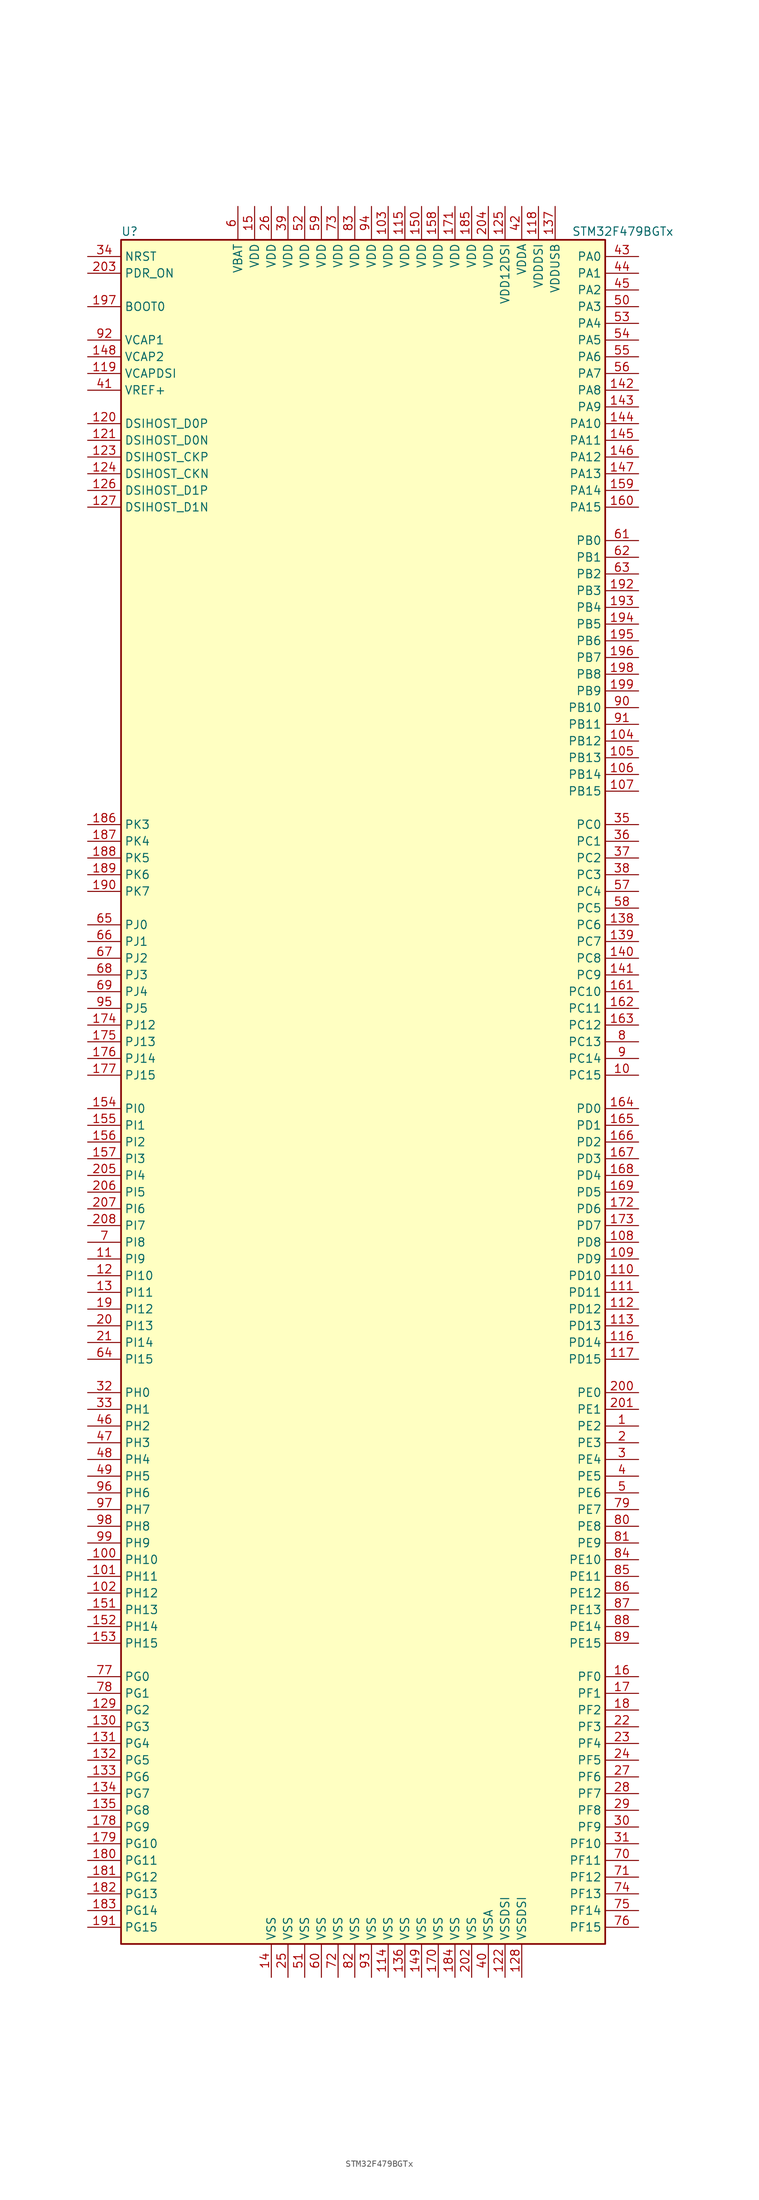
<source format=kicad_sym>
(kicad_symbol_lib
  (version 20201005)
  (generator kicad_symbol_editor)
  (symbol "MCU_ST_STM32F4:STM32F479BGTx"
    (property "Reference" "U"
      (at -38.1 130.81 0)
      (effects (font (size 1.27 1.27)) (justify left)))
    (property "Value" "STM32F479BGTx"
      (at 30.48 130.81 0)
      (effects (font (size 1.27 1.27)) (justify left)))
    (symbol "STM32F479BGTx_0_1"
      (rectangle (start -38.1 -129.54) (end 35.56 129.54) (stroke (width 0.254)) (fill (type background))))
    (symbol "STM32F479BGTx_1_1"
      (pin input line (at -43.18 119.38 0) (length 5.08) (name "BOOT0" (effects (font (size 1.27 1.27)))) (number "197" (effects (font (size 1.27 1.27)))))
      (pin bidirectional line (at -43.18 93.98 0) (length 5.08) (name "DSIHOST_CKN" (effects (font (size 1.27 1.27)))) (number "124" (effects (font (size 1.27 1.27)))))
      (pin bidirectional line (at -43.18 96.52 0) (length 5.08) (name "DSIHOST_CKP" (effects (font (size 1.27 1.27)))) (number "123" (effects (font (size 1.27 1.27)))))
      (pin bidirectional line (at -43.18 99.06 0) (length 5.08) (name "DSIHOST_D0N" (effects (font (size 1.27 1.27)))) (number "121" (effects (font (size 1.27 1.27)))))
      (pin bidirectional line (at -43.18 101.6 0) (length 5.08) (name "DSIHOST_D0P" (effects (font (size 1.27 1.27)))) (number "120" (effects (font (size 1.27 1.27)))))
      (pin bidirectional line (at -43.18 88.9 0) (length 5.08) (name "DSIHOST_D1N" (effects (font (size 1.27 1.27)))) (number "127" (effects (font (size 1.27 1.27)))))
      (pin bidirectional line (at -43.18 91.44 0) (length 5.08) (name "DSIHOST_D1P" (effects (font (size 1.27 1.27)))) (number "126" (effects (font (size 1.27 1.27)))))
      (pin input line (at -43.18 127 0) (length 5.08) (name "NRST" (effects (font (size 1.27 1.27)))) (number "34" (effects (font (size 1.27 1.27)))))
      (pin bidirectional line (at 40.64 127 180) (length 5.08) (name "PA0" (effects (font (size 1.27 1.27)))) (number "43" (effects (font (size 1.27 1.27)))))
      (pin bidirectional line (at 40.64 124.46 180) (length 5.08) (name "PA1" (effects (font (size 1.27 1.27)))) (number "44" (effects (font (size 1.27 1.27)))))
      (pin bidirectional line (at 40.64 101.6 180) (length 5.08) (name "PA10" (effects (font (size 1.27 1.27)))) (number "144" (effects (font (size 1.27 1.27)))))
      (pin bidirectional line (at 40.64 99.06 180) (length 5.08) (name "PA11" (effects (font (size 1.27 1.27)))) (number "145" (effects (font (size 1.27 1.27)))))
      (pin bidirectional line (at 40.64 96.52 180) (length 5.08) (name "PA12" (effects (font (size 1.27 1.27)))) (number "146" (effects (font (size 1.27 1.27)))))
      (pin bidirectional line (at 40.64 93.98 180) (length 5.08) (name "PA13" (effects (font (size 1.27 1.27)))) (number "147" (effects (font (size 1.27 1.27)))))
      (pin bidirectional line (at 40.64 91.44 180) (length 5.08) (name "PA14" (effects (font (size 1.27 1.27)))) (number "159" (effects (font (size 1.27 1.27)))))
      (pin bidirectional line (at 40.64 88.9 180) (length 5.08) (name "PA15" (effects (font (size 1.27 1.27)))) (number "160" (effects (font (size 1.27 1.27)))))
      (pin bidirectional line (at 40.64 121.92 180) (length 5.08) (name "PA2" (effects (font (size 1.27 1.27)))) (number "45" (effects (font (size 1.27 1.27)))))
      (pin bidirectional line (at 40.64 119.38 180) (length 5.08) (name "PA3" (effects (font (size 1.27 1.27)))) (number "50" (effects (font (size 1.27 1.27)))))
      (pin bidirectional line (at 40.64 116.84 180) (length 5.08) (name "PA4" (effects (font (size 1.27 1.27)))) (number "53" (effects (font (size 1.27 1.27)))))
      (pin bidirectional line (at 40.64 114.3 180) (length 5.08) (name "PA5" (effects (font (size 1.27 1.27)))) (number "54" (effects (font (size 1.27 1.27)))))
      (pin bidirectional line (at 40.64 111.76 180) (length 5.08) (name "PA6" (effects (font (size 1.27 1.27)))) (number "55" (effects (font (size 1.27 1.27)))))
      (pin bidirectional line (at 40.64 109.22 180) (length 5.08) (name "PA7" (effects (font (size 1.27 1.27)))) (number "56" (effects (font (size 1.27 1.27)))))
      (pin bidirectional line (at 40.64 106.68 180) (length 5.08) (name "PA8" (effects (font (size 1.27 1.27)))) (number "142" (effects (font (size 1.27 1.27)))))
      (pin bidirectional line (at 40.64 104.14 180) (length 5.08) (name "PA9" (effects (font (size 1.27 1.27)))) (number "143" (effects (font (size 1.27 1.27)))))
      (pin bidirectional line (at 40.64 83.82 180) (length 5.08) (name "PB0" (effects (font (size 1.27 1.27)))) (number "61" (effects (font (size 1.27 1.27)))))
      (pin bidirectional line (at 40.64 81.28 180) (length 5.08) (name "PB1" (effects (font (size 1.27 1.27)))) (number "62" (effects (font (size 1.27 1.27)))))
      (pin bidirectional line (at 40.64 58.42 180) (length 5.08) (name "PB10" (effects (font (size 1.27 1.27)))) (number "90" (effects (font (size 1.27 1.27)))))
      (pin bidirectional line (at 40.64 55.88 180) (length 5.08) (name "PB11" (effects (font (size 1.27 1.27)))) (number "91" (effects (font (size 1.27 1.27)))))
      (pin bidirectional line (at 40.64 53.34 180) (length 5.08) (name "PB12" (effects (font (size 1.27 1.27)))) (number "104" (effects (font (size 1.27 1.27)))))
      (pin bidirectional line (at 40.64 50.8 180) (length 5.08) (name "PB13" (effects (font (size 1.27 1.27)))) (number "105" (effects (font (size 1.27 1.27)))))
      (pin bidirectional line (at 40.64 48.26 180) (length 5.08) (name "PB14" (effects (font (size 1.27 1.27)))) (number "106" (effects (font (size 1.27 1.27)))))
      (pin bidirectional line (at 40.64 45.72 180) (length 5.08) (name "PB15" (effects (font (size 1.27 1.27)))) (number "107" (effects (font (size 1.27 1.27)))))
      (pin bidirectional line (at 40.64 78.74 180) (length 5.08) (name "PB2" (effects (font (size 1.27 1.27)))) (number "63" (effects (font (size 1.27 1.27)))))
      (pin bidirectional line (at 40.64 76.2 180) (length 5.08) (name "PB3" (effects (font (size 1.27 1.27)))) (number "192" (effects (font (size 1.27 1.27)))))
      (pin bidirectional line (at 40.64 73.66 180) (length 5.08) (name "PB4" (effects (font (size 1.27 1.27)))) (number "193" (effects (font (size 1.27 1.27)))))
      (pin bidirectional line (at 40.64 71.12 180) (length 5.08) (name "PB5" (effects (font (size 1.27 1.27)))) (number "194" (effects (font (size 1.27 1.27)))))
      (pin bidirectional line (at 40.64 68.58 180) (length 5.08) (name "PB6" (effects (font (size 1.27 1.27)))) (number "195" (effects (font (size 1.27 1.27)))))
      (pin bidirectional line (at 40.64 66.04 180) (length 5.08) (name "PB7" (effects (font (size 1.27 1.27)))) (number "196" (effects (font (size 1.27 1.27)))))
      (pin bidirectional line (at 40.64 63.5 180) (length 5.08) (name "PB8" (effects (font (size 1.27 1.27)))) (number "198" (effects (font (size 1.27 1.27)))))
      (pin bidirectional line (at 40.64 60.96 180) (length 5.08) (name "PB9" (effects (font (size 1.27 1.27)))) (number "199" (effects (font (size 1.27 1.27)))))
      (pin bidirectional line (at 40.64 40.64 180) (length 5.08) (name "PC0" (effects (font (size 1.27 1.27)))) (number "35" (effects (font (size 1.27 1.27)))))
      (pin bidirectional line (at 40.64 38.1 180) (length 5.08) (name "PC1" (effects (font (size 1.27 1.27)))) (number "36" (effects (font (size 1.27 1.27)))))
      (pin bidirectional line (at 40.64 15.24 180) (length 5.08) (name "PC10" (effects (font (size 1.27 1.27)))) (number "161" (effects (font (size 1.27 1.27)))))
      (pin bidirectional line (at 40.64 12.7 180) (length 5.08) (name "PC11" (effects (font (size 1.27 1.27)))) (number "162" (effects (font (size 1.27 1.27)))))
      (pin bidirectional line (at 40.64 10.16 180) (length 5.08) (name "PC12" (effects (font (size 1.27 1.27)))) (number "163" (effects (font (size 1.27 1.27)))))
      (pin bidirectional line (at 40.64 7.62 180) (length 5.08) (name "PC13" (effects (font (size 1.27 1.27)))) (number "8" (effects (font (size 1.27 1.27)))))
      (pin bidirectional line (at 40.64 5.08 180) (length 5.08) (name "PC14" (effects (font (size 1.27 1.27)))) (number "9" (effects (font (size 1.27 1.27)))))
      (pin bidirectional line (at 40.64 2.54 180) (length 5.08) (name "PC15" (effects (font (size 1.27 1.27)))) (number "10" (effects (font (size 1.27 1.27)))))
      (pin bidirectional line (at 40.64 35.56 180) (length 5.08) (name "PC2" (effects (font (size 1.27 1.27)))) (number "37" (effects (font (size 1.27 1.27)))))
      (pin bidirectional line (at 40.64 33.02 180) (length 5.08) (name "PC3" (effects (font (size 1.27 1.27)))) (number "38" (effects (font (size 1.27 1.27)))))
      (pin bidirectional line (at 40.64 30.48 180) (length 5.08) (name "PC4" (effects (font (size 1.27 1.27)))) (number "57" (effects (font (size 1.27 1.27)))))
      (pin bidirectional line (at 40.64 27.94 180) (length 5.08) (name "PC5" (effects (font (size 1.27 1.27)))) (number "58" (effects (font (size 1.27 1.27)))))
      (pin bidirectional line (at 40.64 25.4 180) (length 5.08) (name "PC6" (effects (font (size 1.27 1.27)))) (number "138" (effects (font (size 1.27 1.27)))))
      (pin bidirectional line (at 40.64 22.86 180) (length 5.08) (name "PC7" (effects (font (size 1.27 1.27)))) (number "139" (effects (font (size 1.27 1.27)))))
      (pin bidirectional line (at 40.64 20.32 180) (length 5.08) (name "PC8" (effects (font (size 1.27 1.27)))) (number "140" (effects (font (size 1.27 1.27)))))
      (pin bidirectional line (at 40.64 17.78 180) (length 5.08) (name "PC9" (effects (font (size 1.27 1.27)))) (number "141" (effects (font (size 1.27 1.27)))))
      (pin bidirectional line (at 40.64 -2.54 180) (length 5.08) (name "PD0" (effects (font (size 1.27 1.27)))) (number "164" (effects (font (size 1.27 1.27)))))
      (pin bidirectional line (at 40.64 -5.08 180) (length 5.08) (name "PD1" (effects (font (size 1.27 1.27)))) (number "165" (effects (font (size 1.27 1.27)))))
      (pin bidirectional line (at 40.64 -27.94 180) (length 5.08) (name "PD10" (effects (font (size 1.27 1.27)))) (number "110" (effects (font (size 1.27 1.27)))))
      (pin bidirectional line (at 40.64 -30.48 180) (length 5.08) (name "PD11" (effects (font (size 1.27 1.27)))) (number "111" (effects (font (size 1.27 1.27)))))
      (pin bidirectional line (at 40.64 -33.02 180) (length 5.08) (name "PD12" (effects (font (size 1.27 1.27)))) (number "112" (effects (font (size 1.27 1.27)))))
      (pin bidirectional line (at 40.64 -35.56 180) (length 5.08) (name "PD13" (effects (font (size 1.27 1.27)))) (number "113" (effects (font (size 1.27 1.27)))))
      (pin bidirectional line (at 40.64 -38.1 180) (length 5.08) (name "PD14" (effects (font (size 1.27 1.27)))) (number "116" (effects (font (size 1.27 1.27)))))
      (pin bidirectional line (at 40.64 -40.64 180) (length 5.08) (name "PD15" (effects (font (size 1.27 1.27)))) (number "117" (effects (font (size 1.27 1.27)))))
      (pin bidirectional line (at 40.64 -7.62 180) (length 5.08) (name "PD2" (effects (font (size 1.27 1.27)))) (number "166" (effects (font (size 1.27 1.27)))))
      (pin bidirectional line (at 40.64 -10.16 180) (length 5.08) (name "PD3" (effects (font (size 1.27 1.27)))) (number "167" (effects (font (size 1.27 1.27)))))
      (pin bidirectional line (at 40.64 -12.7 180) (length 5.08) (name "PD4" (effects (font (size 1.27 1.27)))) (number "168" (effects (font (size 1.27 1.27)))))
      (pin bidirectional line (at 40.64 -15.24 180) (length 5.08) (name "PD5" (effects (font (size 1.27 1.27)))) (number "169" (effects (font (size 1.27 1.27)))))
      (pin bidirectional line (at 40.64 -17.78 180) (length 5.08) (name "PD6" (effects (font (size 1.27 1.27)))) (number "172" (effects (font (size 1.27 1.27)))))
      (pin bidirectional line (at 40.64 -20.32 180) (length 5.08) (name "PD7" (effects (font (size 1.27 1.27)))) (number "173" (effects (font (size 1.27 1.27)))))
      (pin bidirectional line (at 40.64 -22.86 180) (length 5.08) (name "PD8" (effects (font (size 1.27 1.27)))) (number "108" (effects (font (size 1.27 1.27)))))
      (pin bidirectional line (at 40.64 -25.4 180) (length 5.08) (name "PD9" (effects (font (size 1.27 1.27)))) (number "109" (effects (font (size 1.27 1.27)))))
      (pin input line (at -43.18 124.46 0) (length 5.08) (name "PDR_ON" (effects (font (size 1.27 1.27)))) (number "203" (effects (font (size 1.27 1.27)))))
      (pin bidirectional line (at 40.64 -45.72 180) (length 5.08) (name "PE0" (effects (font (size 1.27 1.27)))) (number "200" (effects (font (size 1.27 1.27)))))
      (pin bidirectional line (at 40.64 -48.26 180) (length 5.08) (name "PE1" (effects (font (size 1.27 1.27)))) (number "201" (effects (font (size 1.27 1.27)))))
      (pin bidirectional line (at 40.64 -71.12 180) (length 5.08) (name "PE10" (effects (font (size 1.27 1.27)))) (number "84" (effects (font (size 1.27 1.27)))))
      (pin bidirectional line (at 40.64 -73.66 180) (length 5.08) (name "PE11" (effects (font (size 1.27 1.27)))) (number "85" (effects (font (size 1.27 1.27)))))
      (pin bidirectional line (at 40.64 -76.2 180) (length 5.08) (name "PE12" (effects (font (size 1.27 1.27)))) (number "86" (effects (font (size 1.27 1.27)))))
      (pin bidirectional line (at 40.64 -78.74 180) (length 5.08) (name "PE13" (effects (font (size 1.27 1.27)))) (number "87" (effects (font (size 1.27 1.27)))))
      (pin bidirectional line (at 40.64 -81.28 180) (length 5.08) (name "PE14" (effects (font (size 1.27 1.27)))) (number "88" (effects (font (size 1.27 1.27)))))
      (pin bidirectional line (at 40.64 -83.82 180) (length 5.08) (name "PE15" (effects (font (size 1.27 1.27)))) (number "89" (effects (font (size 1.27 1.27)))))
      (pin bidirectional line (at 40.64 -50.8 180) (length 5.08) (name "PE2" (effects (font (size 1.27 1.27)))) (number "1" (effects (font (size 1.27 1.27)))))
      (pin bidirectional line (at 40.64 -53.34 180) (length 5.08) (name "PE3" (effects (font (size 1.27 1.27)))) (number "2" (effects (font (size 1.27 1.27)))))
      (pin bidirectional line (at 40.64 -55.88 180) (length 5.08) (name "PE4" (effects (font (size 1.27 1.27)))) (number "3" (effects (font (size 1.27 1.27)))))
      (pin bidirectional line (at 40.64 -58.42 180) (length 5.08) (name "PE5" (effects (font (size 1.27 1.27)))) (number "4" (effects (font (size 1.27 1.27)))))
      (pin bidirectional line (at 40.64 -60.96 180) (length 5.08) (name "PE6" (effects (font (size 1.27 1.27)))) (number "5" (effects (font (size 1.27 1.27)))))
      (pin bidirectional line (at 40.64 -63.5 180) (length 5.08) (name "PE7" (effects (font (size 1.27 1.27)))) (number "79" (effects (font (size 1.27 1.27)))))
      (pin bidirectional line (at 40.64 -66.04 180) (length 5.08) (name "PE8" (effects (font (size 1.27 1.27)))) (number "80" (effects (font (size 1.27 1.27)))))
      (pin bidirectional line (at 40.64 -68.58 180) (length 5.08) (name "PE9" (effects (font (size 1.27 1.27)))) (number "81" (effects (font (size 1.27 1.27)))))
      (pin bidirectional line (at 40.64 -88.9 180) (length 5.08) (name "PF0" (effects (font (size 1.27 1.27)))) (number "16" (effects (font (size 1.27 1.27)))))
      (pin bidirectional line (at 40.64 -91.44 180) (length 5.08) (name "PF1" (effects (font (size 1.27 1.27)))) (number "17" (effects (font (size 1.27 1.27)))))
      (pin bidirectional line (at 40.64 -114.3 180) (length 5.08) (name "PF10" (effects (font (size 1.27 1.27)))) (number "31" (effects (font (size 1.27 1.27)))))
      (pin bidirectional line (at 40.64 -116.84 180) (length 5.08) (name "PF11" (effects (font (size 1.27 1.27)))) (number "70" (effects (font (size 1.27 1.27)))))
      (pin bidirectional line (at 40.64 -119.38 180) (length 5.08) (name "PF12" (effects (font (size 1.27 1.27)))) (number "71" (effects (font (size 1.27 1.27)))))
      (pin bidirectional line (at 40.64 -121.92 180) (length 5.08) (name "PF13" (effects (font (size 1.27 1.27)))) (number "74" (effects (font (size 1.27 1.27)))))
      (pin bidirectional line (at 40.64 -124.46 180) (length 5.08) (name "PF14" (effects (font (size 1.27 1.27)))) (number "75" (effects (font (size 1.27 1.27)))))
      (pin bidirectional line (at 40.64 -127 180) (length 5.08) (name "PF15" (effects (font (size 1.27 1.27)))) (number "76" (effects (font (size 1.27 1.27)))))
      (pin bidirectional line (at 40.64 -93.98 180) (length 5.08) (name "PF2" (effects (font (size 1.27 1.27)))) (number "18" (effects (font (size 1.27 1.27)))))
      (pin bidirectional line (at 40.64 -96.52 180) (length 5.08) (name "PF3" (effects (font (size 1.27 1.27)))) (number "22" (effects (font (size 1.27 1.27)))))
      (pin bidirectional line (at 40.64 -99.06 180) (length 5.08) (name "PF4" (effects (font (size 1.27 1.27)))) (number "23" (effects (font (size 1.27 1.27)))))
      (pin bidirectional line (at 40.64 -101.6 180) (length 5.08) (name "PF5" (effects (font (size 1.27 1.27)))) (number "24" (effects (font (size 1.27 1.27)))))
      (pin bidirectional line (at 40.64 -104.14 180) (length 5.08) (name "PF6" (effects (font (size 1.27 1.27)))) (number "27" (effects (font (size 1.27 1.27)))))
      (pin bidirectional line (at 40.64 -106.68 180) (length 5.08) (name "PF7" (effects (font (size 1.27 1.27)))) (number "28" (effects (font (size 1.27 1.27)))))
      (pin bidirectional line (at 40.64 -109.22 180) (length 5.08) (name "PF8" (effects (font (size 1.27 1.27)))) (number "29" (effects (font (size 1.27 1.27)))))
      (pin bidirectional line (at 40.64 -111.76 180) (length 5.08) (name "PF9" (effects (font (size 1.27 1.27)))) (number "30" (effects (font (size 1.27 1.27)))))
      (pin bidirectional line (at -43.18 -88.9 0) (length 5.08) (name "PG0" (effects (font (size 1.27 1.27)))) (number "77" (effects (font (size 1.27 1.27)))))
      (pin bidirectional line (at -43.18 -91.44 0) (length 5.08) (name "PG1" (effects (font (size 1.27 1.27)))) (number "78" (effects (font (size 1.27 1.27)))))
      (pin bidirectional line (at -43.18 -114.3 0) (length 5.08) (name "PG10" (effects (font (size 1.27 1.27)))) (number "179" (effects (font (size 1.27 1.27)))))
      (pin bidirectional line (at -43.18 -116.84 0) (length 5.08) (name "PG11" (effects (font (size 1.27 1.27)))) (number "180" (effects (font (size 1.27 1.27)))))
      (pin bidirectional line (at -43.18 -119.38 0) (length 5.08) (name "PG12" (effects (font (size 1.27 1.27)))) (number "181" (effects (font (size 1.27 1.27)))))
      (pin bidirectional line (at -43.18 -121.92 0) (length 5.08) (name "PG13" (effects (font (size 1.27 1.27)))) (number "182" (effects (font (size 1.27 1.27)))))
      (pin bidirectional line (at -43.18 -124.46 0) (length 5.08) (name "PG14" (effects (font (size 1.27 1.27)))) (number "183" (effects (font (size 1.27 1.27)))))
      (pin bidirectional line (at -43.18 -127 0) (length 5.08) (name "PG15" (effects (font (size 1.27 1.27)))) (number "191" (effects (font (size 1.27 1.27)))))
      (pin bidirectional line (at -43.18 -93.98 0) (length 5.08) (name "PG2" (effects (font (size 1.27 1.27)))) (number "129" (effects (font (size 1.27 1.27)))))
      (pin bidirectional line (at -43.18 -96.52 0) (length 5.08) (name "PG3" (effects (font (size 1.27 1.27)))) (number "130" (effects (font (size 1.27 1.27)))))
      (pin bidirectional line (at -43.18 -99.06 0) (length 5.08) (name "PG4" (effects (font (size 1.27 1.27)))) (number "131" (effects (font (size 1.27 1.27)))))
      (pin bidirectional line (at -43.18 -101.6 0) (length 5.08) (name "PG5" (effects (font (size 1.27 1.27)))) (number "132" (effects (font (size 1.27 1.27)))))
      (pin bidirectional line (at -43.18 -104.14 0) (length 5.08) (name "PG6" (effects (font (size 1.27 1.27)))) (number "133" (effects (font (size 1.27 1.27)))))
      (pin bidirectional line (at -43.18 -106.68 0) (length 5.08) (name "PG7" (effects (font (size 1.27 1.27)))) (number "134" (effects (font (size 1.27 1.27)))))
      (pin bidirectional line (at -43.18 -109.22 0) (length 5.08) (name "PG8" (effects (font (size 1.27 1.27)))) (number "135" (effects (font (size 1.27 1.27)))))
      (pin bidirectional line (at -43.18 -111.76 0) (length 5.08) (name "PG9" (effects (font (size 1.27 1.27)))) (number "178" (effects (font (size 1.27 1.27)))))
      (pin input line (at -43.18 -45.72 0) (length 5.08) (name "PH0" (effects (font (size 1.27 1.27)))) (number "32" (effects (font (size 1.27 1.27)))))
      (pin input line (at -43.18 -48.26 0) (length 5.08) (name "PH1" (effects (font (size 1.27 1.27)))) (number "33" (effects (font (size 1.27 1.27)))))
      (pin bidirectional line (at -43.18 -71.12 0) (length 5.08) (name "PH10" (effects (font (size 1.27 1.27)))) (number "100" (effects (font (size 1.27 1.27)))))
      (pin bidirectional line (at -43.18 -73.66 0) (length 5.08) (name "PH11" (effects (font (size 1.27 1.27)))) (number "101" (effects (font (size 1.27 1.27)))))
      (pin bidirectional line (at -43.18 -76.2 0) (length 5.08) (name "PH12" (effects (font (size 1.27 1.27)))) (number "102" (effects (font (size 1.27 1.27)))))
      (pin bidirectional line (at -43.18 -78.74 0) (length 5.08) (name "PH13" (effects (font (size 1.27 1.27)))) (number "151" (effects (font (size 1.27 1.27)))))
      (pin bidirectional line (at -43.18 -81.28 0) (length 5.08) (name "PH14" (effects (font (size 1.27 1.27)))) (number "152" (effects (font (size 1.27 1.27)))))
      (pin bidirectional line (at -43.18 -83.82 0) (length 5.08) (name "PH15" (effects (font (size 1.27 1.27)))) (number "153" (effects (font (size 1.27 1.27)))))
      (pin bidirectional line (at -43.18 -50.8 0) (length 5.08) (name "PH2" (effects (font (size 1.27 1.27)))) (number "46" (effects (font (size 1.27 1.27)))))
      (pin bidirectional line (at -43.18 -53.34 0) (length 5.08) (name "PH3" (effects (font (size 1.27 1.27)))) (number "47" (effects (font (size 1.27 1.27)))))
      (pin bidirectional line (at -43.18 -55.88 0) (length 5.08) (name "PH4" (effects (font (size 1.27 1.27)))) (number "48" (effects (font (size 1.27 1.27)))))
      (pin bidirectional line (at -43.18 -58.42 0) (length 5.08) (name "PH5" (effects (font (size 1.27 1.27)))) (number "49" (effects (font (size 1.27 1.27)))))
      (pin bidirectional line (at -43.18 -60.96 0) (length 5.08) (name "PH6" (effects (font (size 1.27 1.27)))) (number "96" (effects (font (size 1.27 1.27)))))
      (pin bidirectional line (at -43.18 -63.5 0) (length 5.08) (name "PH7" (effects (font (size 1.27 1.27)))) (number "97" (effects (font (size 1.27 1.27)))))
      (pin bidirectional line (at -43.18 -66.04 0) (length 5.08) (name "PH8" (effects (font (size 1.27 1.27)))) (number "98" (effects (font (size 1.27 1.27)))))
      (pin bidirectional line (at -43.18 -68.58 0) (length 5.08) (name "PH9" (effects (font (size 1.27 1.27)))) (number "99" (effects (font (size 1.27 1.27)))))
      (pin bidirectional line (at -43.18 -2.54 0) (length 5.08) (name "PI0" (effects (font (size 1.27 1.27)))) (number "154" (effects (font (size 1.27 1.27)))))
      (pin bidirectional line (at -43.18 -5.08 0) (length 5.08) (name "PI1" (effects (font (size 1.27 1.27)))) (number "155" (effects (font (size 1.27 1.27)))))
      (pin bidirectional line (at -43.18 -27.94 0) (length 5.08) (name "PI10" (effects (font (size 1.27 1.27)))) (number "12" (effects (font (size 1.27 1.27)))))
      (pin bidirectional line (at -43.18 -30.48 0) (length 5.08) (name "PI11" (effects (font (size 1.27 1.27)))) (number "13" (effects (font (size 1.27 1.27)))))
      (pin bidirectional line (at -43.18 -33.02 0) (length 5.08) (name "PI12" (effects (font (size 1.27 1.27)))) (number "19" (effects (font (size 1.27 1.27)))))
      (pin bidirectional line (at -43.18 -35.56 0) (length 5.08) (name "PI13" (effects (font (size 1.27 1.27)))) (number "20" (effects (font (size 1.27 1.27)))))
      (pin bidirectional line (at -43.18 -38.1 0) (length 5.08) (name "PI14" (effects (font (size 1.27 1.27)))) (number "21" (effects (font (size 1.27 1.27)))))
      (pin bidirectional line (at -43.18 -40.64 0) (length 5.08) (name "PI15" (effects (font (size 1.27 1.27)))) (number "64" (effects (font (size 1.27 1.27)))))
      (pin bidirectional line (at -43.18 -7.62 0) (length 5.08) (name "PI2" (effects (font (size 1.27 1.27)))) (number "156" (effects (font (size 1.27 1.27)))))
      (pin bidirectional line (at -43.18 -10.16 0) (length 5.08) (name "PI3" (effects (font (size 1.27 1.27)))) (number "157" (effects (font (size 1.27 1.27)))))
      (pin bidirectional line (at -43.18 -12.7 0) (length 5.08) (name "PI4" (effects (font (size 1.27 1.27)))) (number "205" (effects (font (size 1.27 1.27)))))
      (pin bidirectional line (at -43.18 -15.24 0) (length 5.08) (name "PI5" (effects (font (size 1.27 1.27)))) (number "206" (effects (font (size 1.27 1.27)))))
      (pin bidirectional line (at -43.18 -17.78 0) (length 5.08) (name "PI6" (effects (font (size 1.27 1.27)))) (number "207" (effects (font (size 1.27 1.27)))))
      (pin bidirectional line (at -43.18 -20.32 0) (length 5.08) (name "PI7" (effects (font (size 1.27 1.27)))) (number "208" (effects (font (size 1.27 1.27)))))
      (pin bidirectional line (at -43.18 -22.86 0) (length 5.08) (name "PI8" (effects (font (size 1.27 1.27)))) (number "7" (effects (font (size 1.27 1.27)))))
      (pin bidirectional line (at -43.18 -25.4 0) (length 5.08) (name "PI9" (effects (font (size 1.27 1.27)))) (number "11" (effects (font (size 1.27 1.27)))))
      (pin bidirectional line (at -43.18 25.4 0) (length 5.08) (name "PJ0" (effects (font (size 1.27 1.27)))) (number "65" (effects (font (size 1.27 1.27)))))
      (pin bidirectional line (at -43.18 22.86 0) (length 5.08) (name "PJ1" (effects (font (size 1.27 1.27)))) (number "66" (effects (font (size 1.27 1.27)))))
      (pin bidirectional line (at -43.18 10.16 0) (length 5.08) (name "PJ12" (effects (font (size 1.27 1.27)))) (number "174" (effects (font (size 1.27 1.27)))))
      (pin bidirectional line (at -43.18 7.62 0) (length 5.08) (name "PJ13" (effects (font (size 1.27 1.27)))) (number "175" (effects (font (size 1.27 1.27)))))
      (pin bidirectional line (at -43.18 5.08 0) (length 5.08) (name "PJ14" (effects (font (size 1.27 1.27)))) (number "176" (effects (font (size 1.27 1.27)))))
      (pin bidirectional line (at -43.18 2.54 0) (length 5.08) (name "PJ15" (effects (font (size 1.27 1.27)))) (number "177" (effects (font (size 1.27 1.27)))))
      (pin bidirectional line (at -43.18 20.32 0) (length 5.08) (name "PJ2" (effects (font (size 1.27 1.27)))) (number "67" (effects (font (size 1.27 1.27)))))
      (pin bidirectional line (at -43.18 17.78 0) (length 5.08) (name "PJ3" (effects (font (size 1.27 1.27)))) (number "68" (effects (font (size 1.27 1.27)))))
      (pin bidirectional line (at -43.18 15.24 0) (length 5.08) (name "PJ4" (effects (font (size 1.27 1.27)))) (number "69" (effects (font (size 1.27 1.27)))))
      (pin bidirectional line (at -43.18 12.7 0) (length 5.08) (name "PJ5" (effects (font (size 1.27 1.27)))) (number "95" (effects (font (size 1.27 1.27)))))
      (pin bidirectional line (at -43.18 40.64 0) (length 5.08) (name "PK3" (effects (font (size 1.27 1.27)))) (number "186" (effects (font (size 1.27 1.27)))))
      (pin bidirectional line (at -43.18 38.1 0) (length 5.08) (name "PK4" (effects (font (size 1.27 1.27)))) (number "187" (effects (font (size 1.27 1.27)))))
      (pin bidirectional line (at -43.18 35.56 0) (length 5.08) (name "PK5" (effects (font (size 1.27 1.27)))) (number "188" (effects (font (size 1.27 1.27)))))
      (pin bidirectional line (at -43.18 33.02 0) (length 5.08) (name "PK6" (effects (font (size 1.27 1.27)))) (number "189" (effects (font (size 1.27 1.27)))))
      (pin bidirectional line (at -43.18 30.48 0) (length 5.08) (name "PK7" (effects (font (size 1.27 1.27)))) (number "190" (effects (font (size 1.27 1.27)))))
      (pin power_in line (at -20.32 134.62 270) (length 5.08) (name "VBAT" (effects (font (size 1.27 1.27)))) (number "6" (effects (font (size 1.27 1.27)))))
      (pin power_in line (at -43.18 114.3 0) (length 5.08) (name "VCAP1" (effects (font (size 1.27 1.27)))) (number "92" (effects (font (size 1.27 1.27)))))
      (pin power_in line (at -43.18 111.76 0) (length 5.08) (name "VCAP2" (effects (font (size 1.27 1.27)))) (number "148" (effects (font (size 1.27 1.27)))))
      (pin power_in line (at -43.18 109.22 0) (length 5.08) (name "VCAPDSI" (effects (font (size 1.27 1.27)))) (number "119" (effects (font (size 1.27 1.27)))))
      (pin power_in line (at 2.54 134.62 270) (length 5.08) (name "VDD" (effects (font (size 1.27 1.27)))) (number "103" (effects (font (size 1.27 1.27)))))
      (pin power_in line (at 5.08 134.62 270) (length 5.08) (name "VDD" (effects (font (size 1.27 1.27)))) (number "115" (effects (font (size 1.27 1.27)))))
      (pin power_in line (at -17.78 134.62 270) (length 5.08) (name "VDD" (effects (font (size 1.27 1.27)))) (number "15" (effects (font (size 1.27 1.27)))))
      (pin power_in line (at 7.62 134.62 270) (length 5.08) (name "VDD" (effects (font (size 1.27 1.27)))) (number "150" (effects (font (size 1.27 1.27)))))
      (pin power_in line (at 10.16 134.62 270) (length 5.08) (name "VDD" (effects (font (size 1.27 1.27)))) (number "158" (effects (font (size 1.27 1.27)))))
      (pin power_in line (at 12.7 134.62 270) (length 5.08) (name "VDD" (effects (font (size 1.27 1.27)))) (number "171" (effects (font (size 1.27 1.27)))))
      (pin power_in line (at 15.24 134.62 270) (length 5.08) (name "VDD" (effects (font (size 1.27 1.27)))) (number "185" (effects (font (size 1.27 1.27)))))
      (pin power_in line (at 17.78 134.62 270) (length 5.08) (name "VDD" (effects (font (size 1.27 1.27)))) (number "204" (effects (font (size 1.27 1.27)))))
      (pin power_in line (at -15.24 134.62 270) (length 5.08) (name "VDD" (effects (font (size 1.27 1.27)))) (number "26" (effects (font (size 1.27 1.27)))))
      (pin power_in line (at -12.7 134.62 270) (length 5.08) (name "VDD" (effects (font (size 1.27 1.27)))) (number "39" (effects (font (size 1.27 1.27)))))
      (pin power_in line (at -10.16 134.62 270) (length 5.08) (name "VDD" (effects (font (size 1.27 1.27)))) (number "52" (effects (font (size 1.27 1.27)))))
      (pin power_in line (at -7.62 134.62 270) (length 5.08) (name "VDD" (effects (font (size 1.27 1.27)))) (number "59" (effects (font (size 1.27 1.27)))))
      (pin power_in line (at -5.08 134.62 270) (length 5.08) (name "VDD" (effects (font (size 1.27 1.27)))) (number "73" (effects (font (size 1.27 1.27)))))
      (pin power_in line (at -2.54 134.62 270) (length 5.08) (name "VDD" (effects (font (size 1.27 1.27)))) (number "83" (effects (font (size 1.27 1.27)))))
      (pin power_in line (at 0 134.62 270) (length 5.08) (name "VDD" (effects (font (size 1.27 1.27)))) (number "94" (effects (font (size 1.27 1.27)))))
      (pin power_in line (at 20.32 134.62 270) (length 5.08) (name "VDD12DSI" (effects (font (size 1.27 1.27)))) (number "125" (effects (font (size 1.27 1.27)))))
      (pin power_in line (at 22.86 134.62 270) (length 5.08) (name "VDDA" (effects (font (size 1.27 1.27)))) (number "42" (effects (font (size 1.27 1.27)))))
      (pin power_in line (at 25.4 134.62 270) (length 5.08) (name "VDDDSI" (effects (font (size 1.27 1.27)))) (number "118" (effects (font (size 1.27 1.27)))))
      (pin power_in line (at 27.94 134.62 270) (length 5.08) (name "VDDUSB" (effects (font (size 1.27 1.27)))) (number "137" (effects (font (size 1.27 1.27)))))
      (pin power_in line (at -43.18 106.68 0) (length 5.08) (name "VREF+" (effects (font (size 1.27 1.27)))) (number "41" (effects (font (size 1.27 1.27)))))
      (pin power_in line (at 2.54 -134.62 90) (length 5.08) (name "VSS" (effects (font (size 1.27 1.27)))) (number "114" (effects (font (size 1.27 1.27)))))
      (pin power_in line (at 5.08 -134.62 90) (length 5.08) (name "VSS" (effects (font (size 1.27 1.27)))) (number "136" (effects (font (size 1.27 1.27)))))
      (pin power_in line (at -15.24 -134.62 90) (length 5.08) (name "VSS" (effects (font (size 1.27 1.27)))) (number "14" (effects (font (size 1.27 1.27)))))
      (pin power_in line (at 7.62 -134.62 90) (length 5.08) (name "VSS" (effects (font (size 1.27 1.27)))) (number "149" (effects (font (size 1.27 1.27)))))
      (pin power_in line (at 10.16 -134.62 90) (length 5.08) (name "VSS" (effects (font (size 1.27 1.27)))) (number "170" (effects (font (size 1.27 1.27)))))
      (pin power_in line (at 12.7 -134.62 90) (length 5.08) (name "VSS" (effects (font (size 1.27 1.27)))) (number "184" (effects (font (size 1.27 1.27)))))
      (pin power_in line (at 15.24 -134.62 90) (length 5.08) (name "VSS" (effects (font (size 1.27 1.27)))) (number "202" (effects (font (size 1.27 1.27)))))
      (pin power_in line (at -12.7 -134.62 90) (length 5.08) (name "VSS" (effects (font (size 1.27 1.27)))) (number "25" (effects (font (size 1.27 1.27)))))
      (pin power_in line (at -10.16 -134.62 90) (length 5.08) (name "VSS" (effects (font (size 1.27 1.27)))) (number "51" (effects (font (size 1.27 1.27)))))
      (pin power_in line (at -7.62 -134.62 90) (length 5.08) (name "VSS" (effects (font (size 1.27 1.27)))) (number "60" (effects (font (size 1.27 1.27)))))
      (pin power_in line (at -5.08 -134.62 90) (length 5.08) (name "VSS" (effects (font (size 1.27 1.27)))) (number "72" (effects (font (size 1.27 1.27)))))
      (pin power_in line (at -2.54 -134.62 90) (length 5.08) (name "VSS" (effects (font (size 1.27 1.27)))) (number "82" (effects (font (size 1.27 1.27)))))
      (pin power_in line (at 0 -134.62 90) (length 5.08) (name "VSS" (effects (font (size 1.27 1.27)))) (number "93" (effects (font (size 1.27 1.27)))))
      (pin power_in line (at 17.78 -134.62 90) (length 5.08) (name "VSSA" (effects (font (size 1.27 1.27)))) (number "40" (effects (font (size 1.27 1.27)))))
      (pin power_in line (at 20.32 -134.62 90) (length 5.08) (name "VSSDSI" (effects (font (size 1.27 1.27)))) (number "122" (effects (font (size 1.27 1.27)))))
      (pin power_in line (at 22.86 -134.62 90) (length 5.08) (name "VSSDSI" (effects (font (size 1.27 1.27)))) (number "128" (effects (font (size 1.27 1.27))))))))
</source>
